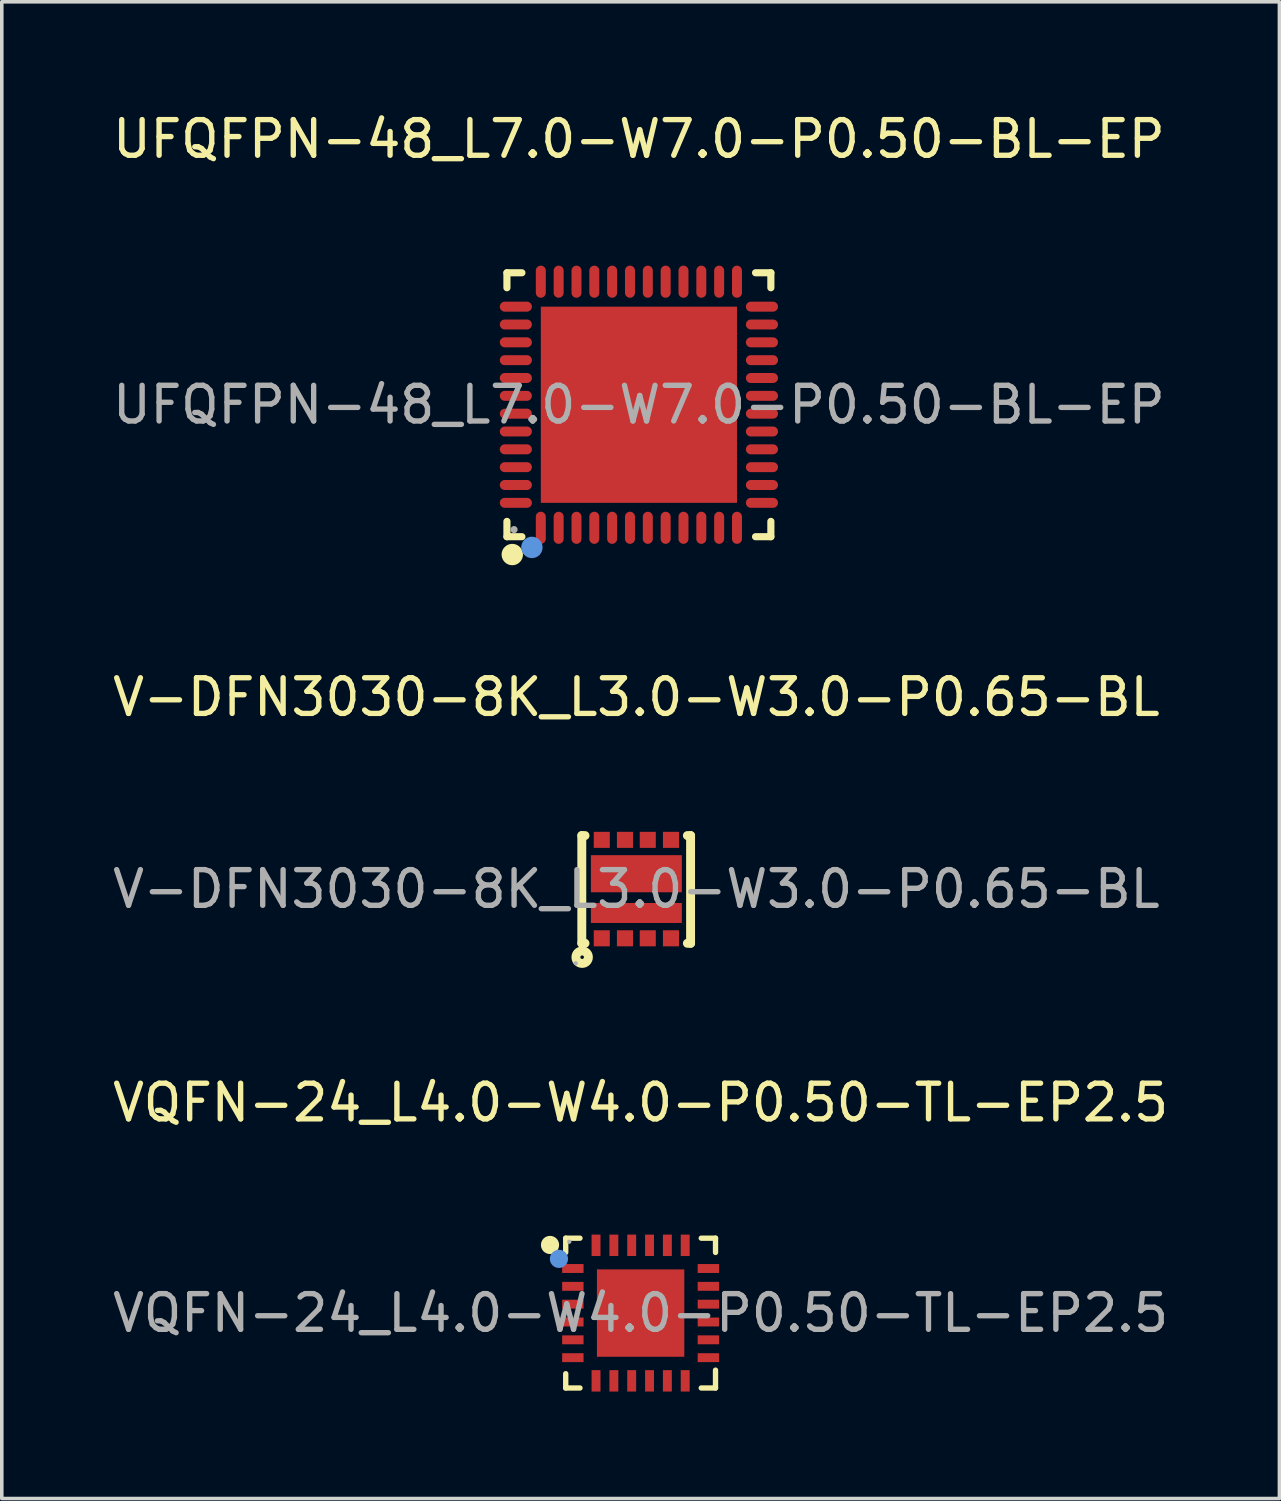
<source format=kicad_pcb>
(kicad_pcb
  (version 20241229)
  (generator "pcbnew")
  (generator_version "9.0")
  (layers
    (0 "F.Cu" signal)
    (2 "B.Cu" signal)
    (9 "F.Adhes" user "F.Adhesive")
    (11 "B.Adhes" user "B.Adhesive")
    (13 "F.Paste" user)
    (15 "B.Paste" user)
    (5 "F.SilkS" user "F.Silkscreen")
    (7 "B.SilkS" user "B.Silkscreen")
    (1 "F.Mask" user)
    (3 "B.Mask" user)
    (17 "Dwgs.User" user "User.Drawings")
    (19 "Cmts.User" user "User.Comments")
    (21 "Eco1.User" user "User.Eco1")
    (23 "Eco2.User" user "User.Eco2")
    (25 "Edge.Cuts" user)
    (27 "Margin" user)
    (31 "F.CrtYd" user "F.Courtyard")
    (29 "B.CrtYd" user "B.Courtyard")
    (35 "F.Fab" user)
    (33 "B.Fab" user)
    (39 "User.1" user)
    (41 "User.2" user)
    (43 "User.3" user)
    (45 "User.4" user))
  (footprint "VQFN-24_L4.0-W4.0-P0.50-TL-EP2.5"
    (layer "F.Cu")
    (at 14.911 33.765)
    (property "Reference" "VQFN-24_L4.0-W4.0-P0.50-TL-EP2.5" (at 0 -5.9 0) (layer "F.SilkS") (effects (font (size 1 1) (thickness 0.15))))
    (attr smd)
    (fp_line (start -2.1 -2.1) (end -1.7 -2.1) (stroke (width 0.15) (type solid)) (layer "F.SilkS"))
    (fp_line (start -2.1 -1.7) (end -2.1 -2.1) (stroke (width 0.15) (type solid)) (layer "F.SilkS"))
    (fp_line (start -2.1 1.7) (end -2.1 2.1) (stroke (width 0.15) (type solid)) (layer "F.SilkS"))
    (fp_line (start -2.1 2.1) (end -1.7 2.1) (stroke (width 0.15) (type solid)) (layer "F.SilkS"))
    (fp_line (start 1.7 -2.1) (end 2.1 -2.1) (stroke (width 0.15) (type solid)) (layer "F.SilkS"))
    (fp_line (start 2.1 -2.1) (end 2.1 -1.7) (stroke (width 0.15) (type solid)) (layer "F.SilkS"))
    (fp_line (start 2.1 1.6) (end 2.1 2.1) (stroke (width 0.15) (type solid)) (layer "F.SilkS"))
    (fp_line (start 2.1 2.1) (end 1.7 2.1) (stroke (width 0.15) (type solid)) (layer "F.SilkS"))
    (fp_circle (center -2.54 -1.91) (end -2.41 -1.91) (stroke (width 0.25) (type solid)) (fill no) (layer "F.SilkS"))
    (fp_circle (center -2.29 -1.52) (end -2.16 -1.52) (stroke (width 0.25) (type solid)) (fill no) (layer "Cmts.User"))
    (fp_circle (center -2 -2) (end -1.97 -2) (stroke (width 0.06) (type solid)) (fill no) (layer "F.Fab"))
    (fp_text user "${REFERENCE}" (at 0 0 0) (layer "F.Fab") (effects (font (size 1 1) (thickness 0.15))))
    (pad "1" smd rect (at -1.9 -1.25) (size 0.6 0.25) (layers "F.Cu" "F.Mask" "F.Paste"))
    (pad "2" smd rect (at -1.9 -0.75) (size 0.6 0.25) (layers "F.Cu" "F.Mask" "F.Paste"))
    (pad "3" smd rect (at -1.9 -0.25) (size 0.6 0.25) (layers "F.Cu" "F.Mask" "F.Paste"))
    (pad "4" smd rect (at -1.9 0.25) (size 0.6 0.25) (layers "F.Cu" "F.Mask" "F.Paste"))
    (pad "5" smd rect (at -1.9 0.75) (size 0.6 0.25) (layers "F.Cu" "F.Mask" "F.Paste"))
    (pad "6" smd rect (at -1.9 1.25) (size 0.6 0.25) (layers "F.Cu" "F.Mask" "F.Paste"))
    (pad "7" smd rect (at -1.25 1.9) (size 0.25 0.6) (layers "F.Cu" "F.Mask" "F.Paste"))
    (pad "8" smd rect (at -0.75 1.9) (size 0.25 0.6) (layers "F.Cu" "F.Mask" "F.Paste"))
    (pad "9" smd rect (at -0.25 1.9) (size 0.25 0.6) (layers "F.Cu" "F.Mask" "F.Paste"))
    (pad "10" smd rect (at 0.25 1.9) (size 0.25 0.6) (layers "F.Cu" "F.Mask" "F.Paste"))
    (pad "11" smd rect (at 0.75 1.9) (size 0.25 0.6) (layers "F.Cu" "F.Mask" "F.Paste"))
    (pad "12" smd rect (at 1.25 1.9) (size 0.25 0.6) (layers "F.Cu" "F.Mask" "F.Paste"))
    (pad "13" smd rect (at 1.9 1.25) (size 0.6 0.25) (layers "F.Cu" "F.Mask" "F.Paste"))
    (pad "14" smd rect (at 1.9 0.75) (size 0.6 0.25) (layers "F.Cu" "F.Mask" "F.Paste"))
    (pad "15" smd rect (at 1.9 0.25) (size 0.6 0.25) (layers "F.Cu" "F.Mask" "F.Paste"))
    (pad "16" smd rect (at 1.9 -0.25) (size 0.6 0.25) (layers "F.Cu" "F.Mask" "F.Paste"))
    (pad "17" smd rect (at 1.9 -0.75) (size 0.6 0.25) (layers "F.Cu" "F.Mask" "F.Paste"))
    (pad "18" smd rect (at 1.9 -1.25) (size 0.6 0.25) (layers "F.Cu" "F.Mask" "F.Paste"))
    (pad "19" smd rect (at 1.25 -1.9) (size 0.25 0.6) (layers "F.Cu" "F.Mask" "F.Paste"))
    (pad "20" smd rect (at 0.75 -1.9) (size 0.25 0.6) (layers "F.Cu" "F.Mask" "F.Paste"))
    (pad "21" smd rect (at 0.25 -1.9) (size 0.25 0.6) (layers "F.Cu" "F.Mask" "F.Paste"))
    (pad "22" smd rect (at -0.25 -1.9) (size 0.25 0.6) (layers "F.Cu" "F.Mask" "F.Paste"))
    (pad "23" smd rect (at -0.75 -1.9) (size 0.25 0.6) (layers "F.Cu" "F.Mask" "F.Paste"))
    (pad "24" smd rect (at -1.25 -1.9) (size 0.25 0.6) (layers "F.Cu" "F.Mask" "F.Paste"))
    (pad "25" smd rect (at 0 0) (size 2.45 2.45) (layers "F.Cu" "F.Mask" "F.Paste")))
  (footprint "V-DFN3030-8K_L3.0-W3.0-P0.65-BL"
    (layer "F.Cu")
    (at 14.792 21.877)
    (property "Reference" "V-DFN3030-8K_L3.0-W3.0-P0.65-BL" (at 0 -5.38 0) (layer "F.SilkS") (effects (font (size 1 1) (thickness 0.15))))
    (attr smd)
    (fp_line (start -1.53 -1.5) (end -1.53 1.52) (stroke (width 0.25) (type solid)) (layer "F.SilkS"))
    (fp_line (start -1.53 1.52) (end -1.44 1.52) (stroke (width 0.25) (type solid)) (layer "F.SilkS"))
    (fp_line (start -1.44 -1.5) (end -1.53 -1.5) (stroke (width 0.25) (type solid)) (layer "F.SilkS"))
    (fp_line (start 1.43 1.52) (end 1.52 1.52) (stroke (width 0.25) (type solid)) (layer "F.SilkS"))
    (fp_line (start 1.52 -1.5) (end 1.43 -1.5) (stroke (width 0.25) (type solid)) (layer "F.SilkS"))
    (fp_line (start 1.52 -1.5) (end 1.52 1.5) (stroke (width 0.15) (type solid)) (layer "F.SilkS"))
    (fp_line (start 1.52 1.52) (end 1.52 -1.5) (stroke (width 0.25) (type solid)) (layer "F.SilkS"))
    (fp_circle (center -1.52 1.91) (end -1.47 1.91) (stroke (width 0.25) (type solid)) (fill no) (layer "F.SilkS"))
    (fp_circle (center -1.7 2.08) (end -1.67 2.08) (stroke (width 0.06) (type solid)) (fill no) (layer "F.Fab"))
    (fp_text user "${REFERENCE}" (at 0 0 0) (layer "F.Fab") (effects (font (size 1 1) (thickness 0.15))))
    (pad "1" smd rect (at -0.97 1.38 90) (size 0.45 0.45) (layers "F.Cu" "F.Mask" "F.Paste"))
    (pad "2" smd rect (at -0.32 1.38 90) (size 0.45 0.45) (layers "F.Cu" "F.Mask" "F.Paste"))
    (pad "3" smd rect (at 0.32 1.38 90) (size 0.45 0.45) (layers "F.Cu" "F.Mask" "F.Paste"))
    (pad "4" smd rect (at 0.97 1.38 90) (size 0.45 0.45) (layers "F.Cu" "F.Mask" "F.Paste"))
    (pad "5" smd rect (at 0.97 -1.38 90) (size 0.45 0.45) (layers "F.Cu" "F.Mask" "F.Paste"))
    (pad "6" smd rect (at 0.32 -1.38 90) (size 0.45 0.45) (layers "F.Cu" "F.Mask" "F.Paste"))
    (pad "7" smd rect (at -0.32 -1.38 90) (size 0.45 0.45) (layers "F.Cu" "F.Mask" "F.Paste"))
    (pad "8" smd rect (at -0.97 -1.38 90) (size 0.45 0.45) (layers "F.Cu" "F.Mask" "F.Paste"))
    (pad "9" smd rect (at 0 -0.43 180) (size 2.55 1.04) (layers "F.Cu" "F.Mask" "F.Paste"))
    (pad "10" smd rect (at 0 0.67 180) (size 2.55 0.56) (layers "F.Cu" "F.Mask" "F.Paste")))
  (footprint "UFQFPN-48_L7.0-W7.0-P0.50-BL-EP"
    (layer "F.Cu")
    (at 14.863 8.298)
    (property "Reference" "UFQFPN-48_L7.0-W7.0-P0.50-BL-EP" (at 0 -7.45 0) (layer "F.SilkS") (effects (font (size 1 1) (thickness 0.15))))
    (attr smd)
    (fp_line (start -3.7 -3.7) (end -3.28 -3.7) (stroke (width 0.2) (type solid)) (layer "F.SilkS"))
    (fp_line (start -3.7 -3.28) (end -3.7 -3.7) (stroke (width 0.2) (type solid)) (layer "F.SilkS"))
    (fp_line (start -3.7 3.7) (end -3.7 3.27) (stroke (width 0.2) (type solid)) (layer "F.SilkS"))
    (fp_line (start -3.28 3.7) (end -3.7 3.7) (stroke (width 0.2) (type solid)) (layer "F.SilkS"))
    (fp_line (start 3.7 -3.7) (end 3.27 -3.7) (stroke (width 0.2) (type solid)) (layer "F.SilkS"))
    (fp_line (start 3.7 -3.28) (end 3.7 -3.7) (stroke (width 0.2) (type solid)) (layer "F.SilkS"))
    (fp_line (start 3.7 3.27) (end 3.7 3.7) (stroke (width 0.2) (type solid)) (layer "F.SilkS"))
    (fp_line (start 3.7 3.7) (end 3.27 3.7) (stroke (width 0.2) (type solid)) (layer "F.SilkS"))
    (fp_arc (start -3.55 4.2) (mid -3.55 4.2) (end -3.55 4.2) (stroke (width 0.3) (type solid)) (layer "F.SilkS"))
    (fp_circle (center -3 4) (end -2.85 4) (stroke (width 0.3) (type solid)) (fill no) (layer "Cmts.User"))
    (fp_circle (center -3.5 3.5) (end -3.45 3.5) (stroke (width 0.1) (type solid)) (fill no) (layer "F.Fab"))
    (fp_text user "${REFERENCE}" (at 0 0 0) (layer "F.Fab") (effects (font (size 1 1) (thickness 0.15))))
    (pad "1" smd oval (at -2.75 3.45) (size 0.28 0.9) (layers "F.Cu" "F.Mask" "F.Paste"))
    (pad "2" smd oval (at -2.25 3.45) (size 0.28 0.9) (layers "F.Cu" "F.Mask" "F.Paste"))
    (pad "3" smd oval (at -1.75 3.45) (size 0.28 0.9) (layers "F.Cu" "F.Mask" "F.Paste"))
    (pad "4" smd oval (at -1.25 3.45) (size 0.28 0.9) (layers "F.Cu" "F.Mask" "F.Paste"))
    (pad "5" smd oval (at -0.75 3.45) (size 0.28 0.9) (layers "F.Cu" "F.Mask" "F.Paste"))
    (pad "6" smd oval (at -0.25 3.45) (size 0.28 0.9) (layers "F.Cu" "F.Mask" "F.Paste"))
    (pad "7" smd oval (at 0.25 3.45) (size 0.28 0.9) (layers "F.Cu" "F.Mask" "F.Paste"))
    (pad "8" smd oval (at 0.75 3.45) (size 0.28 0.9) (layers "F.Cu" "F.Mask" "F.Paste"))
    (pad "9" smd oval (at 1.25 3.45) (size 0.28 0.9) (layers "F.Cu" "F.Mask" "F.Paste"))
    (pad "10" smd oval (at 1.75 3.45) (size 0.28 0.9) (layers "F.Cu" "F.Mask" "F.Paste"))
    (pad "11" smd oval (at 2.25 3.45) (size 0.28 0.9) (layers "F.Cu" "F.Mask" "F.Paste"))
    (pad "12" smd oval (at 2.75 3.45) (size 0.28 0.9) (layers "F.Cu" "F.Mask" "F.Paste"))
    (pad "13" smd oval (at 3.45 2.75) (size 0.9 0.28) (layers "F.Cu" "F.Mask" "F.Paste"))
    (pad "14" smd oval (at 3.45 2.25) (size 0.9 0.28) (layers "F.Cu" "F.Mask" "F.Paste"))
    (pad "15" smd oval (at 3.45 1.75) (size 0.9 0.28) (layers "F.Cu" "F.Mask" "F.Paste"))
    (pad "16" smd oval (at 3.45 1.25) (size 0.9 0.28) (layers "F.Cu" "F.Mask" "F.Paste"))
    (pad "17" smd oval (at 3.45 0.75) (size 0.9 0.28) (layers "F.Cu" "F.Mask" "F.Paste"))
    (pad "18" smd oval (at 3.45 0.25) (size 0.9 0.28) (layers "F.Cu" "F.Mask" "F.Paste"))
    (pad "19" smd oval (at 3.45 -0.25) (size 0.9 0.28) (layers "F.Cu" "F.Mask" "F.Paste"))
    (pad "20" smd oval (at 3.45 -0.75) (size 0.9 0.28) (layers "F.Cu" "F.Mask" "F.Paste"))
    (pad "21" smd oval (at 3.45 -1.25) (size 0.9 0.28) (layers "F.Cu" "F.Mask" "F.Paste"))
    (pad "22" smd oval (at 3.45 -1.75) (size 0.9 0.28) (layers "F.Cu" "F.Mask" "F.Paste"))
    (pad "23" smd oval (at 3.45 -2.25) (size 0.9 0.28) (layers "F.Cu" "F.Mask" "F.Paste"))
    (pad "24" smd oval (at 3.45 -2.75) (size 0.9 0.28) (layers "F.Cu" "F.Mask" "F.Paste"))
    (pad "25" smd oval (at 2.75 -3.45) (size 0.28 0.9) (layers "F.Cu" "F.Mask" "F.Paste"))
    (pad "26" smd oval (at 2.25 -3.45) (size 0.28 0.9) (layers "F.Cu" "F.Mask" "F.Paste"))
    (pad "27" smd oval (at 1.75 -3.45) (size 0.28 0.9) (layers "F.Cu" "F.Mask" "F.Paste"))
    (pad "28" smd oval (at 1.25 -3.45) (size 0.28 0.9) (layers "F.Cu" "F.Mask" "F.Paste"))
    (pad "29" smd oval (at 0.75 -3.45) (size 0.28 0.9) (layers "F.Cu" "F.Mask" "F.Paste"))
    (pad "30" smd oval (at 0.25 -3.45) (size 0.28 0.9) (layers "F.Cu" "F.Mask" "F.Paste"))
    (pad "31" smd oval (at -0.25 -3.45) (size 0.28 0.9) (layers "F.Cu" "F.Mask" "F.Paste"))
    (pad "32" smd oval (at -0.75 -3.45) (size 0.28 0.9) (layers "F.Cu" "F.Mask" "F.Paste"))
    (pad "33" smd oval (at -1.25 -3.45) (size 0.28 0.9) (layers "F.Cu" "F.Mask" "F.Paste"))
    (pad "34" smd oval (at -1.75 -3.45) (size 0.28 0.9) (layers "F.Cu" "F.Mask" "F.Paste"))
    (pad "35" smd oval (at -2.25 -3.45) (size 0.28 0.9) (layers "F.Cu" "F.Mask" "F.Paste"))
    (pad "36" smd oval (at -2.75 -3.45) (size 0.28 0.9) (layers "F.Cu" "F.Mask" "F.Paste"))
    (pad "37" smd oval (at -3.45 -2.75) (size 0.9 0.28) (layers "F.Cu" "F.Mask" "F.Paste"))
    (pad "38" smd oval (at -3.45 -2.25) (size 0.9 0.28) (layers "F.Cu" "F.Mask" "F.Paste"))
    (pad "39" smd oval (at -3.45 -1.75) (size 0.9 0.28) (layers "F.Cu" "F.Mask" "F.Paste"))
    (pad "40" smd oval (at -3.45 -1.25) (size 0.9 0.28) (layers "F.Cu" "F.Mask" "F.Paste"))
    (pad "41" smd oval (at -3.45 -0.75) (size 0.9 0.28) (layers "F.Cu" "F.Mask" "F.Paste"))
    (pad "42" smd oval (at -3.45 -0.25) (size 0.9 0.28) (layers "F.Cu" "F.Mask" "F.Paste"))
    (pad "43" smd oval (at -3.45 0.25) (size 0.9 0.28) (layers "F.Cu" "F.Mask" "F.Paste"))
    (pad "44" smd oval (at -3.45 0.75) (size 0.9 0.28) (layers "F.Cu" "F.Mask" "F.Paste"))
    (pad "45" smd oval (at -3.45 1.25) (size 0.9 0.28) (layers "F.Cu" "F.Mask" "F.Paste"))
    (pad "46" smd oval (at -3.45 1.75) (size 0.9 0.28) (layers "F.Cu" "F.Mask" "F.Paste"))
    (pad "47" smd oval (at -3.45 2.25) (size 0.9 0.28) (layers "F.Cu" "F.Mask" "F.Paste"))
    (pad "48" smd oval (at -3.45 2.75) (size 0.9 0.28) (layers "F.Cu" "F.Mask" "F.Paste"))
    (pad "49" smd rect (at 0 0) (size 5.5 5.5) (layers "F.Cu" "F.Mask" "F.Paste")))
  (gr_rect
    (start -3 -3)
    (end 32.821 38.965)
    (stroke (width 0.1) (type default))
    (fill no)
    (layer "Edge.Cuts")))
</source>
